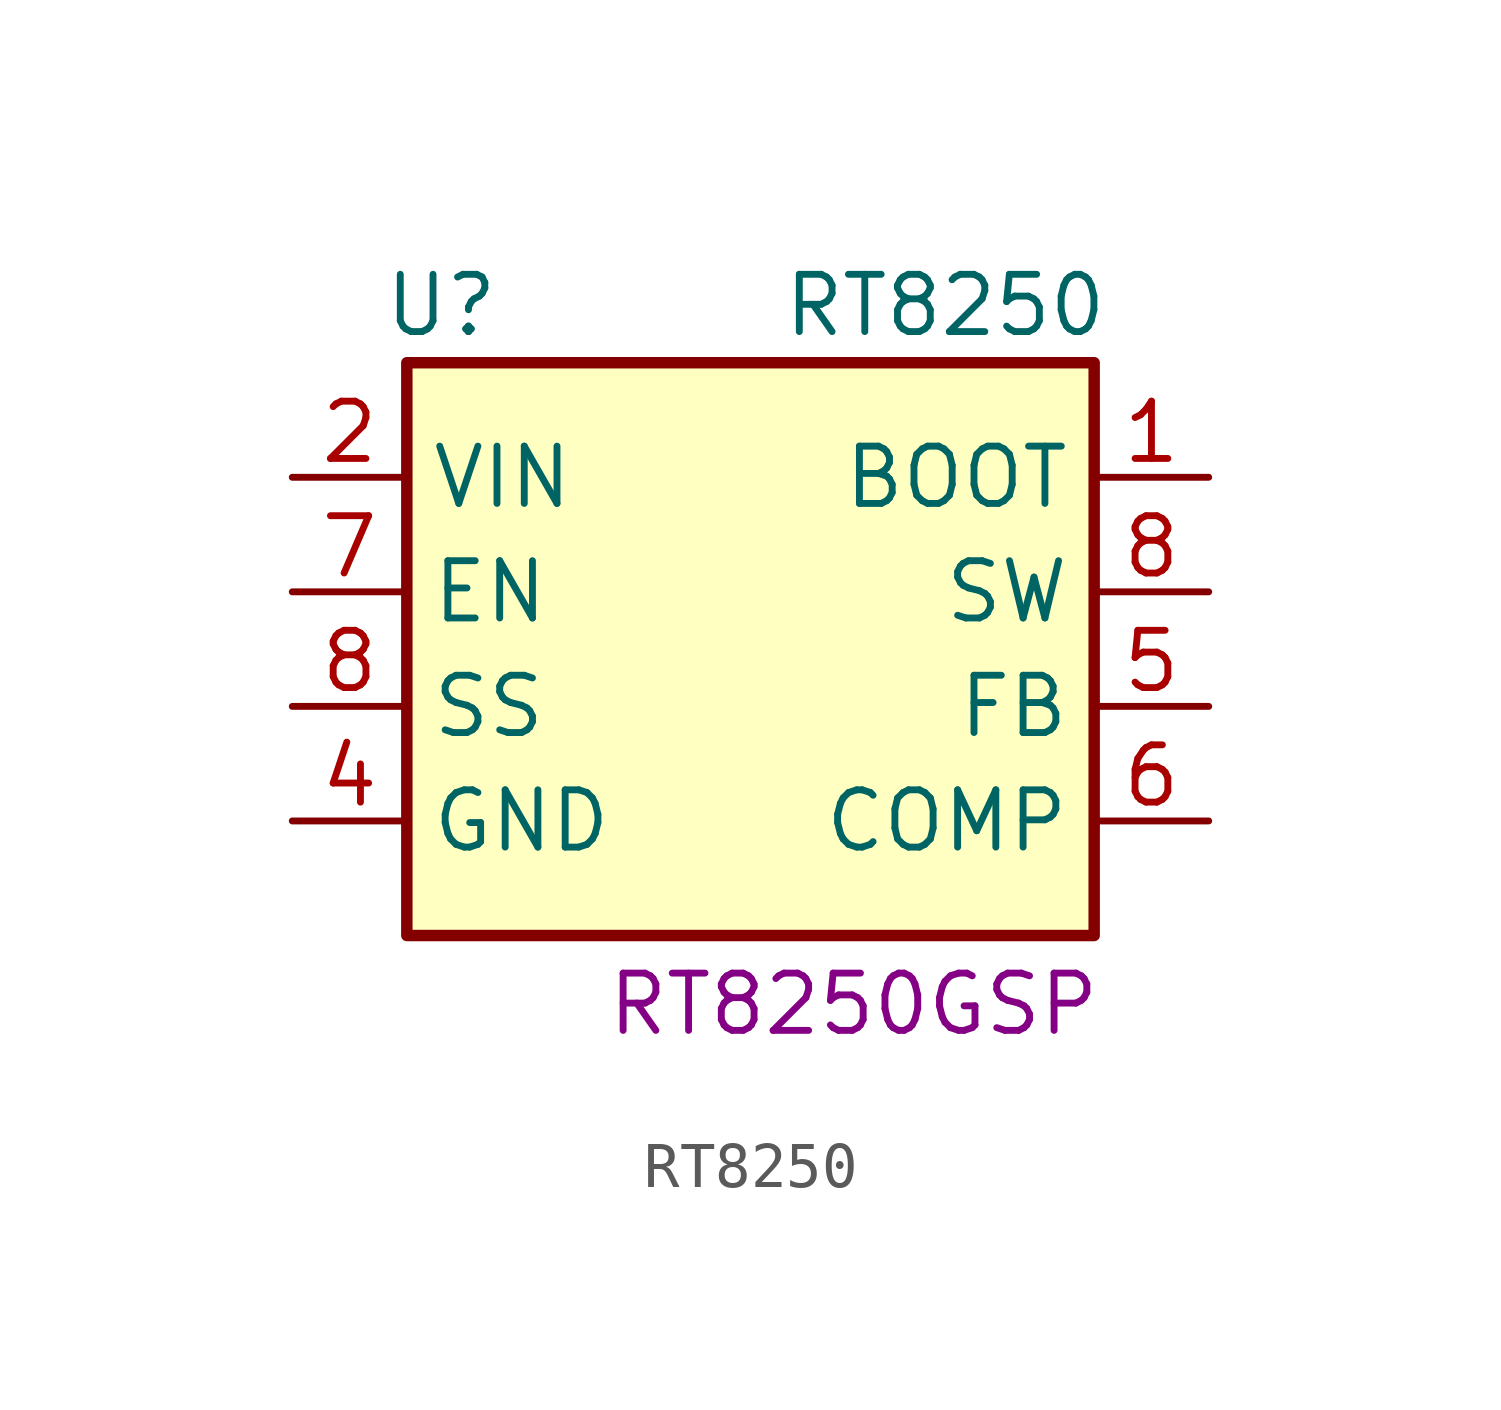
<source format=kicad_sym>
(kicad_symbol_lib
  (version 20241209)
  (generator "kicad_symbol_editor")
  (generator_version "9.0")
  (symbol "RT8250"
    (property "Reference" "U"
      (at -6.858 7.62 0)
      (effects (font (size 1.27 1.27))))
    (property "Value" "RT8250"
      (at 4.318 7.62 0)
      (effects (font (size 1.27 1.27))))
    (property "Part Number" "RT8250GSP"
      (at 2.286 -7.874 0)
      (effects (font (size 1.27 1.27))))
    (symbol "RT8250_0_1"
      (rectangle (start -7.62 6.35) (end 7.62 -6.35) (stroke (width 0.254) (type default)) (fill (type background))))
    (symbol "RT8250_1_1"
      (pin power_in line (at -10.16 3.81 0) (length 2.54) (name "VIN" (effects (font (size 1.27 1.27)))) (number "2" (effects (font (size 1.27 1.27)))))
      (pin input line (at -10.16 1.27 0) (length 2.54) (name "EN" (effects (font (size 1.27 1.27)))) (number "7" (effects (font (size 1.27 1.27)))))
      (pin input line (at -10.16 -1.27 0) (length 2.54) (name "SS" (effects (font (size 1.27 1.27)))) (number "8" (effects (font (size 1.27 1.27)))))
      (pin power_in line (at -10.16 -3.81 0) (length 2.54) (name "GND" (effects (font (size 1.27 1.27)))) (number "4" (effects (font (size 1.27 1.27)))))
      (pin passive line (at -10.16 -3.81 0) (length 2.54) (hide yes) (name "GND" (effects (font (size 1.27 1.27)))) (number "9" (effects (font (size 1.27 1.27)))))
      (pin passive line (at 10.16 3.81 180) (length 2.54) (name "BOOT" (effects (font (size 1.27 1.27)))) (number "1" (effects (font (size 1.27 1.27)))))
      (pin power_out line (at 10.16 1.27 180) (length 2.54) (name "SW" (effects (font (size 1.27 1.27)))) (number "8" (effects (font (size 1.27 1.27)))))
      (pin input line (at 10.16 -1.27 180) (length 2.54) (name "FB" (effects (font (size 1.27 1.27)))) (number "5" (effects (font (size 1.27 1.27)))))
      (pin passive line (at 10.16 -3.81 180) (length 2.54) (name "COMP" (effects (font (size 1.27 1.27)))) (number "6" (effects (font (size 1.27 1.27))))))))
</source>
